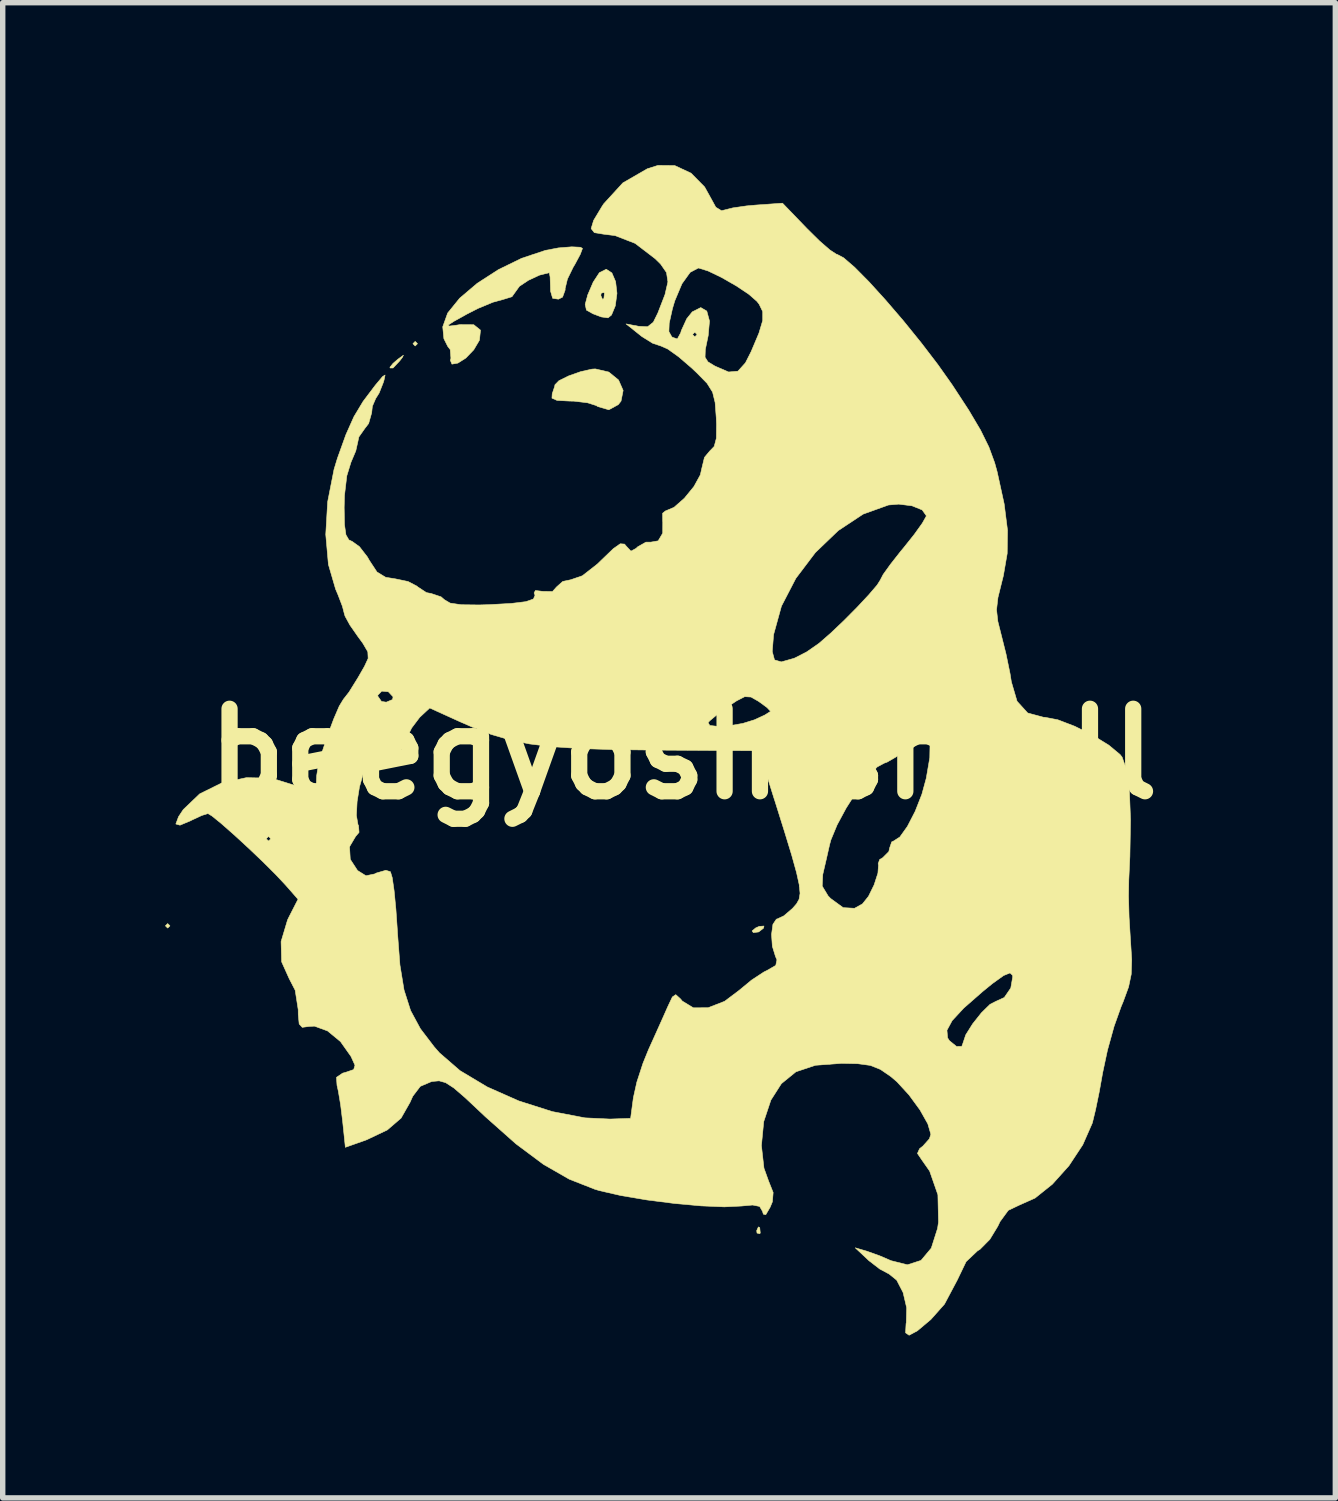
<source format=kicad_pcb>
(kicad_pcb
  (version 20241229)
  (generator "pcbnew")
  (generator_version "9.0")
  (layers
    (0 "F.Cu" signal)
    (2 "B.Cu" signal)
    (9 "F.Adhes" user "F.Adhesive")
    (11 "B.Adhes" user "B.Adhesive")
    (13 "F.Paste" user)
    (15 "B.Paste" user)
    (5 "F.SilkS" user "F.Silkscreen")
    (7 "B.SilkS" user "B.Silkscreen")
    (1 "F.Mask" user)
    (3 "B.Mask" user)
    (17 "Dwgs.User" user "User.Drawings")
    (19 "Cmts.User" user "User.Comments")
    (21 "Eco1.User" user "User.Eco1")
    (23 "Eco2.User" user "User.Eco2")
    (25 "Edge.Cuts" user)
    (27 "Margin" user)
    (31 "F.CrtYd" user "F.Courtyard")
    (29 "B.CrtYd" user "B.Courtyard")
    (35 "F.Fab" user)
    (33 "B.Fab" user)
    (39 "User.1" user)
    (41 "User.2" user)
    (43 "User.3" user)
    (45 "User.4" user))
  (footprint "beegyoshismall"
    (layer "F.Cu")
    (at 9.572 10.876)
    (property "Reference" "beegyoshismall" (at 0 0 0) (layer "F.SilkS") (effects (font (size 1.524 1.524) (thickness 0.3))))
    (attr through_hole)
    (fp_poly (pts (xy -9.483 3.175) (xy -9.525 3.217) (xy -9.567 3.175) (xy -9.525 3.133) (xy -9.483 3.175)) (stroke (width 0.01) (type solid)) (fill yes) (layer "F.SilkS"))
    (fp_poly (pts (xy -4.911 -7.578) (xy -4.953 -7.535) (xy -4.995 -7.578) (xy -4.953 -7.62) (xy -4.911 -7.578)) (stroke (width 0.01) (type solid)) (fill yes) (layer "F.SilkS"))
    (fp_poly (pts (xy 1.411 8.749) (xy 1.421 8.849) (xy 1.411 8.862) (xy 1.361 8.85) (xy 1.355 8.805) (xy 1.386 8.736) (xy 1.411 8.749)) (stroke (width 0.01) (type solid)) (fill yes) (layer "F.SilkS"))
    (fp_poly (pts (xy 1.481 3.218) (xy 1.391 3.288) (xy 1.293 3.3) (xy 1.27 3.269) (xy 1.336 3.214) (xy 1.401 3.185) (xy 1.489 3.179) (xy 1.481 3.218)) (stroke (width 0.01) (type solid)) (fill yes) (layer "F.SilkS"))
    (fp_poly (pts (xy -5.191 -7.322) (xy -5.239 -7.26) (xy -5.362 -7.129) (xy -5.417 -7.129) (xy -5.419 -7.144) (xy -5.361 -7.215) (xy -5.271 -7.292) (xy -5.17 -7.365) (xy -5.191 -7.322)) (stroke (width 0.01) (type solid)) (fill yes) (layer "F.SilkS"))
    (fp_poly (pts (xy -1.377 -7.054) (xy -1.197 -6.907) (xy -1.112 -6.714) (xy -1.151 -6.517) (xy -1.202 -6.452) (xy -1.376 -6.357) (xy -1.579 -6.416) (xy -1.609 -6.435) (xy -1.769 -6.486) (xy -2.017 -6.516) (xy -2.105 -6.518) (xy -2.333 -6.53) (xy -2.427 -6.572) (xy -2.422 -6.653) (xy -2.377 -6.787) (xy -2.371 -6.82) (xy -2.298 -6.894) (xy -2.12 -6.982) (xy -1.897 -7.061) (xy -1.688 -7.108) (xy -1.626 -7.112) (xy -1.377 -7.054)) (stroke (width 0.01) (type solid)) (fill yes) (layer "F.SilkS"))
    (fp_poly (pts (xy -1.32 -8.885) (xy -1.251 -8.724) (xy -1.226 -8.508) (xy -1.257 -8.276) (xy -1.327 -8.107) (xy -1.391 -8.055) (xy -1.515 -8.072) (xy -1.669 -8.13) (xy -1.79 -8.198) (xy -1.813 -8.304) (xy -1.769 -8.467) (xy -1.524 -8.467) (xy -1.493 -8.397) (xy -1.468 -8.41) (xy -1.457 -8.511) (xy -1.468 -8.523) (xy -1.518 -8.511) (xy -1.524 -8.467) (xy -1.769 -8.467) (xy -1.764 -8.484) (xy -1.665 -8.715) (xy -1.553 -8.886) (xy -1.55 -8.89) (xy -1.424 -8.953) (xy -1.32 -8.885)) (stroke (width 0.01) (type solid)) (fill yes) (layer "F.SilkS"))
    (fp_poly (pts (xy -1.899 -9.359) (xy -1.863 -9.337) (xy -1.904 -9.228) (xy -2.004 -9.041) (xy -2.035 -8.99) (xy -2.141 -8.772) (xy -2.184 -8.594) (xy -2.183 -8.57) (xy -2.231 -8.438) (xy -2.307 -8.4) (xy -2.414 -8.416) (xy -2.453 -8.549) (xy -2.455 -8.63) (xy -2.461 -8.811) (xy -2.476 -8.889) (xy -2.477 -8.889) (xy -2.657 -8.844) (xy -2.861 -8.749) (xy -3.027 -8.639) (xy -3.09 -8.551) (xy -3.166 -8.445) (xy -3.319 -8.398) (xy -3.519 -8.343) (xy -3.793 -8.229) (xy -3.997 -8.125) (xy -4.24 -7.99) (xy -4.345 -7.921) (xy -4.322 -7.903) (xy -4.181 -7.921) (xy -4.129 -7.93) (xy -3.871 -7.928) (xy -3.747 -7.828) (xy -3.766 -7.643) (xy -3.871 -7.465) (xy -4.018 -7.312) (xy -4.165 -7.219) (xy -4.274 -7.2) (xy -4.304 -7.271) (xy -4.293 -7.309) (xy -4.306 -7.469) (xy -4.352 -7.528) (xy -4.423 -7.67) (xy -4.444 -7.886) (xy -4.444 -7.89) (xy -4.353 -8.144) (xy -4.131 -8.418) (xy -3.807 -8.693) (xy -3.415 -8.946) (xy -2.985 -9.156) (xy -2.549 -9.301) (xy -2.307 -9.347) (xy -2.06 -9.367) (xy -1.899 -9.359)) (stroke (width 0.01) (type solid)) (fill yes) (layer "F.SilkS"))
    (fp_poly (pts (xy -0.159 -10.868) (xy 0.143 -10.727) (xy 0.393 -10.473) (xy 0.486 -10.306) (xy 0.6 -10.098) (xy 0.705 -10.034) (xy 0.758 -10.047) (xy 0.913 -10.086) (xy 1.169 -10.123) (xy 1.361 -10.14) (xy 1.832 -10.173) (xy 2.287 -9.701) (xy 2.515 -9.476) (xy 2.707 -9.309) (xy 2.826 -9.231) (xy 2.838 -9.229) (xy 2.961 -9.164) (xy 3.166 -8.987) (xy 3.431 -8.719) (xy 3.737 -8.382) (xy 4.064 -8.001) (xy 4.392 -7.596) (xy 4.701 -7.192) (xy 4.967 -6.816) (xy 5.272 -6.349) (xy 5.491 -5.979) (xy 5.644 -5.668) (xy 5.75 -5.379) (xy 5.796 -5.213) (xy 5.926 -4.618) (xy 5.988 -4.13) (xy 5.982 -3.703) (xy 5.911 -3.291) (xy 5.888 -3.2) (xy 5.811 -2.889) (xy 5.785 -2.663) (xy 5.809 -2.448) (xy 5.872 -2.198) (xy 5.96 -1.847) (xy 6.035 -1.482) (xy 6.059 -1.331) (xy 6.164 -0.973) (xy 6.361 -0.756) (xy 6.651 -0.678) (xy 6.678 -0.677) (xy 6.917 -0.631) (xy 7.23 -0.511) (xy 7.562 -0.345) (xy 7.859 -0.162) (xy 8.066 0.01) (xy 8.104 0.058) (xy 8.187 0.291) (xy 8.239 0.68) (xy 8.26 1.219) (xy 8.248 1.896) (xy 8.228 2.328) (xy 8.223 2.626) (xy 8.233 3.012) (xy 8.257 3.408) (xy 8.259 3.438) (xy 8.282 3.803) (xy 8.273 4.069) (xy 8.224 4.304) (xy 8.124 4.577) (xy 8.087 4.665) (xy 7.956 5.032) (xy 7.834 5.472) (xy 7.746 5.884) (xy 7.682 6.242) (xy 7.615 6.568) (xy 7.559 6.799) (xy 7.552 6.823) (xy 7.378 7.219) (xy 7.122 7.607) (xy 6.816 7.948) (xy 6.496 8.204) (xy 6.202 8.335) (xy 6.002 8.43) (xy 5.849 8.639) (xy 5.808 8.725) (xy 5.661 8.967) (xy 5.48 9.15) (xy 5.433 9.179) (xy 5.223 9.378) (xy 5.059 9.719) (xy 4.824 10.162) (xy 4.572 10.446) (xy 4.322 10.656) (xy 4.17 10.737) (xy 4.105 10.692) (xy 4.114 10.522) (xy 4.118 10.506) (xy 4.125 10.23) (xy 4.059 9.948) (xy 3.941 9.72) (xy 3.802 9.607) (xy 3.628 9.514) (xy 3.426 9.358) (xy 3.405 9.338) (xy 3.175 9.122) (xy 3.387 9.184) (xy 3.625 9.269) (xy 3.836 9.36) (xy 4.139 9.436) (xy 4.39 9.355) (xy 4.58 9.128) (xy 4.696 8.763) (xy 4.713 8.648) (xy 4.702 8.143) (xy 4.549 7.704) (xy 4.411 7.507) (xy 4.324 7.379) (xy 4.363 7.292) (xy 4.425 7.243) (xy 4.545 7.109) (xy 4.572 7.025) (xy 4.516 6.833) (xy 4.37 6.574) (xy 4.168 6.298) (xy 3.946 6.056) (xy 3.835 5.961) (xy 3.64 5.827) (xy 3.454 5.753) (xy 3.215 5.721) (xy 2.921 5.715) (xy 2.439 5.751) (xy 2.08 5.871) (xy 1.811 6.09) (xy 1.617 6.394) (xy 1.485 6.79) (xy 1.442 7.233) (xy 1.489 7.651) (xy 1.575 7.89) (xy 1.659 8.101) (xy 1.645 8.272) (xy 1.603 8.373) (xy 1.523 8.51) (xy 1.478 8.501) (xy 1.462 8.448) (xy 1.409 8.358) (xy 1.28 8.332) (xy 1.069 8.351) (xy 0.757 8.366) (xy 0.33 8.348) (xy -0.164 8.303) (xy -0.674 8.238) (xy -1.153 8.157) (xy -1.55 8.066) (xy -1.634 8.041) (xy -2.107 7.855) (xy -2.584 7.581) (xy -3.092 7.202) (xy -3.658 6.7) (xy -3.733 6.629) (xy -4.031 6.349) (xy -4.24 6.169) (xy -4.39 6.072) (xy -4.511 6.038) (xy -4.634 6.049) (xy -4.657 6.054) (xy -4.859 6.14) (xy -4.998 6.323) (xy -5.049 6.437) (xy -5.214 6.727) (xy -5.469 6.946) (xy -5.85 7.127) (xy -5.922 7.153) (xy -6.243 7.266) (xy -6.293 6.787) (xy -6.33 6.485) (xy -6.373 6.228) (xy -6.397 6.121) (xy -6.407 5.974) (xy -6.293 5.896) (xy -6.234 5.88) (xy -6.089 5.83) (xy -6.065 5.75) (xy -6.139 5.587) (xy -6.333 5.313) (xy -6.572 5.116) (xy -6.813 5.028) (xy -6.918 5.034) (xy -7.039 5.05) (xy -7.096 4.988) (xy -7.113 4.81) (xy -7.114 4.722) (xy -7.17 4.364) (xy -7.281 4.149) (xy -7.42 3.84) (xy -7.43 3.465) (xy -7.31 3.064) (xy -7.284 3.011) (xy -7.117 2.684) (xy -7.348 2.421) (xy -7.531 2.226) (xy -7.772 1.986) (xy -8.04 1.731) (xy -8.059 1.714) (xy -6.166 1.714) (xy -6.152 1.947) (xy -6.018 2.153) (xy -5.863 2.25) (xy -5.703 2.217) (xy -5.671 2.2) (xy -5.495 2.149) (xy -5.41 2.176) (xy -5.377 2.286) (xy -5.342 2.529) (xy -5.309 2.871) (xy -5.281 3.277) (xy -5.28 3.306) (xy -5.235 3.897) (xy -5.159 4.361) (xy -5.038 4.74) (xy -4.857 5.076) (xy -4.602 5.41) (xy -4.506 5.52) (xy -4.125 5.85) (xy -3.62 6.152) (xy -3.037 6.41) (xy -2.421 6.606) (xy -1.817 6.722) (xy -1.355 6.744) (xy -0.974 6.731) (xy -0.923 6.35) (xy -0.859 6.062) (xy -0.745 5.712) (xy -0.643 5.461) (xy -0.5 5.144) (xy -0.482 5.104) (xy 4.869 5.104) (xy 4.881 5.244) (xy 4.915 5.297) (xy 5.046 5.403) (xy 5.143 5.402) (xy 5.165 5.342) (xy 5.216 5.189) (xy 5.344 4.985) (xy 5.507 4.78) (xy 5.665 4.625) (xy 5.769 4.572) (xy 5.928 4.499) (xy 6.048 4.324) (xy 6.084 4.117) (xy 6.08 4.088) (xy 6.034 4.045) (xy 5.916 4.093) (xy 5.707 4.243) (xy 5.527 4.39) (xy 5.18 4.694) (xy 4.965 4.926) (xy 4.869 5.104) (xy -0.482 5.104) (xy -0.366 4.845) (xy -0.289 4.671) (xy -0.203 4.489) (xy -0.14 4.446) (xy -0.055 4.522) (xy -0.019 4.565) (xy 0.185 4.689) (xy 0.457 4.688) (xy 0.762 4.569) (xy 1.028 4.369) (xy 1.259 4.178) (xy 1.489 4.027) (xy 1.548 3.998) (xy 1.707 3.906) (xy 1.729 3.803) (xy 1.702 3.741) (xy 1.644 3.553) (xy 1.629 3.334) (xy 1.655 3.146) (xy 1.719 3.051) (xy 1.734 3.048) (xy 1.856 2.991) (xy 2.016 2.854) (xy 2.023 2.846) (xy 2.092 2.767) (xy 2.138 2.684) (xy 2.156 2.575) (xy 2.143 2.441) (xy 2.565 2.441) (xy 2.674 2.622) (xy 2.719 2.669) (xy 2.952 2.839) (xy 3.162 2.851) (xy 3.308 2.77) (xy 3.42 2.63) (xy 3.524 2.418) (xy 3.594 2.202) (xy 3.605 2.048) (xy 3.598 2.031) (xy 3.626 1.95) (xy 3.683 1.917) (xy 3.796 1.803) (xy 3.81 1.738) (xy 3.849 1.624) (xy 3.883 1.609) (xy 3.999 1.534) (xy 4.139 1.338) (xy 4.282 1.061) (xy 4.406 0.745) (xy 4.487 0.449) (xy 4.552 0.069) (xy 4.556 -0.161) (xy 4.492 -0.254) (xy 4.352 -0.223) (xy 4.138 -0.087) (xy 3.923 0.059) (xy 3.762 0.152) (xy 3.713 0.169) (xy 3.581 0.24) (xy 3.403 0.426) (xy 3.204 0.692) (xy 3.008 0.999) (xy 2.84 1.311) (xy 2.725 1.589) (xy 2.701 1.678) (xy 2.637 1.961) (xy 2.577 2.219) (xy 2.575 2.23) (xy 2.565 2.441) (xy 2.143 2.441) (xy 2.141 2.419) (xy 2.091 2.192) (xy 2.002 1.871) (xy 1.869 1.436) (xy 1.689 0.862) (xy 1.681 0.839) (xy 1.399 -0.059) (xy -0.535 -0.071) (xy -1.294 -0.08) (xy -1.912 -0.1) (xy -2.419 -0.133) (xy -2.842 -0.185) (xy -3.209 -0.26) (xy -3.551 -0.361) (xy -3.894 -0.494) (xy -4.088 -0.579) (xy 0.457 -0.579) (xy 0.488 -0.526) (xy 0.637 -0.509) (xy 0.857 -0.522) (xy 1.099 -0.564) (xy 1.315 -0.631) (xy 1.505 -0.719) (xy 1.604 -0.782) (xy 1.609 -0.79) (xy 1.546 -0.857) (xy 1.394 -0.968) (xy 1.39 -0.971) (xy 1.25 -1.051) (xy 1.134 -1.058) (xy 0.984 -0.981) (xy 0.836 -0.882) (xy 0.63 -0.731) (xy 0.488 -0.613) (xy 0.457 -0.579) (xy -4.088 -0.579) (xy -4.119 -0.592) (xy -4.685 -0.849) (xy -4.87 -0.676) (xy -5.018 -0.48) (xy -5.147 -0.219) (xy -5.166 -0.166) (xy -5.259 0.055) (xy -5.37 0.152) (xy -5.496 0.171) (xy -5.711 0.2) (xy -5.835 0.248) (xy -5.915 0.374) (xy -5.982 0.607) (xy -6.026 0.881) (xy -6.039 1.135) (xy -6.01 1.305) (xy -6 1.322) (xy -5.99 1.449) (xy -6.053 1.523) (xy -6.166 1.714) (xy -8.059 1.714) (xy -8.219 1.566) (xy -7.705 1.566) (xy -7.662 1.609) (xy -7.62 1.566) (xy -7.662 1.524) (xy -7.705 1.566) (xy -8.219 1.566) (xy -8.306 1.487) (xy -8.539 1.282) (xy -8.708 1.145) (xy -8.782 1.101) (xy -8.896 1.137) (xy -9.083 1.224) (xy -9.093 1.23) (xy -9.297 1.316) (xy -9.374 1.294) (xy -9.324 1.159) (xy -9.237 1.028) (xy -8.934 0.738) (xy -8.53 0.538) (xy -8.071 0.438) (xy -7.606 0.448) (xy -7.182 0.579) (xy -7.176 0.582) (xy -6.946 0.684) (xy -6.825 0.678) (xy -6.779 0.55) (xy -6.773 0.402) (xy -6.745 0.227) (xy -6.671 -0.04) (xy -6.569 -0.348) (xy -6.458 -0.646) (xy -6.355 -0.885) (xy -6.277 -1.013) (xy -6.274 -1.016) (xy -6.233 -1.068) (xy -5.644 -1.068) (xy -5.576 -0.97) (xy -5.488 -0.956) (xy -5.372 -1.004) (xy -5.361 -1.055) (xy -5.449 -1.149) (xy -5.571 -1.16) (xy -5.643 -1.086) (xy -5.644 -1.068) (xy -6.233 -1.068) (xy -6.174 -1.144) (xy -6.01 -1.408) (xy -5.889 -1.619) (xy -5.822 -1.764) (xy -5.828 -1.886) (xy -5.831 -1.892) (xy 1.642 -1.892) (xy 1.684 -1.736) (xy 1.81 -1.7) (xy 2.04 -1.765) (xy 2.063 -1.774) (xy 2.279 -1.885) (xy 2.506 -2.043) (xy 2.513 -2.049) (xy 2.724 -2.233) (xy 2.967 -2.464) (xy 3.211 -2.71) (xy 3.425 -2.939) (xy 3.579 -3.119) (xy 3.641 -3.217) (xy 3.641 -3.219) (xy 3.691 -3.315) (xy 3.826 -3.503) (xy 4.017 -3.746) (xy 4.064 -3.802) (xy 4.265 -4.054) (xy 4.414 -4.262) (xy 4.485 -4.388) (xy 4.487 -4.401) (xy 4.412 -4.507) (xy 4.224 -4.583) (xy 3.979 -4.614) (xy 3.789 -4.598) (xy 3.322 -4.43) (xy 2.862 -4.126) (xy 2.438 -3.719) (xy 2.078 -3.243) (xy 1.812 -2.73) (xy 1.669 -2.212) (xy 1.666 -2.191) (xy 1.642 -1.892) (xy -5.831 -1.892) (xy -5.921 -2.046) (xy -6.012 -2.17) (xy -6.159 -2.381) (xy -6.249 -2.546) (xy -6.263 -2.594) (xy -6.297 -2.726) (xy -6.38 -2.943) (xy -6.423 -3.044) (xy -6.556 -3.5) (xy -6.605 -4.054) (xy -6.57 -4.656) (xy -6.452 -5.256) (xy -6.39 -5.46) (xy -6.233 -5.897) (xy -6.085 -6.229) (xy -5.915 -6.512) (xy -5.693 -6.806) (xy -5.685 -6.816) (xy -5.555 -6.971) (xy -5.509 -6.999) (xy -5.528 -6.907) (xy -5.543 -6.858) (xy -5.619 -6.666) (xy -5.682 -6.566) (xy -5.744 -6.422) (xy -5.757 -6.301) (xy -5.813 -6.103) (xy -5.884 -6.011) (xy -5.993 -5.856) (xy -6.012 -5.768) (xy -6.05 -5.598) (xy -6.139 -5.388) (xy -6.216 -5.138) (xy -6.259 -4.775) (xy -6.265 -4.554) (xy -6.259 -4.235) (xy -6.232 -4.047) (xy -6.178 -3.954) (xy -6.115 -3.924) (xy -5.983 -3.829) (xy -5.836 -3.639) (xy -5.798 -3.572) (xy -5.659 -3.361) (xy -5.499 -3.263) (xy -5.319 -3.234) (xy -5.085 -3.185) (xy -4.92 -3.099) (xy -4.907 -3.086) (xy -4.745 -2.98) (xy -4.657 -2.963) (xy -4.475 -2.902) (xy -4.411 -2.847) (xy -4.307 -2.786) (xy -4.103 -2.756) (xy -3.771 -2.752) (xy -3.596 -2.757) (xy -3.178 -2.78) (xy -2.908 -2.813) (xy -2.769 -2.862) (xy -2.739 -2.932) (xy -2.757 -2.973) (xy -2.732 -3.019) (xy -2.601 -3.003) (xy -2.417 -3) (xy -2.342 -3.084) (xy -2.228 -3.186) (xy -2.081 -3.217) (xy -1.865 -3.291) (xy -1.589 -3.507) (xy -1.502 -3.591) (xy -1.293 -3.792) (xy -1.165 -3.882) (xy -1.086 -3.876) (xy -1.05 -3.833) (xy -0.968 -3.746) (xy -0.873 -3.797) (xy -0.843 -3.826) (xy -0.691 -3.912) (xy -0.603 -3.912) (xy -0.465 -3.936) (xy -0.381 -4.078) (xy -0.38 -4.287) (xy -0.382 -4.297) (xy -0.383 -4.446) (xy -0.333 -4.487) (xy -0.172 -4.555) (xy 0.019 -4.723) (xy 0.196 -4.94) (xy 0.314 -5.155) (xy 0.339 -5.267) (xy 0.39 -5.478) (xy 0.487 -5.594) (xy 0.57 -5.68) (xy 0.61 -5.831) (xy 0.613 -6.09) (xy 0.608 -6.209) (xy 0.587 -6.491) (xy 0.54 -6.683) (xy 0.438 -6.846) (xy 0.25 -7.038) (xy 0.149 -7.133) (xy -0.086 -7.335) (xy -0.289 -7.48) (xy -0.416 -7.536) (xy -0.417 -7.536) (xy -0.567 -7.586) (xy -0.766 -7.71) (xy -0.804 -7.74) (xy -0.88 -7.801) (xy -0.267 -7.801) (xy -0.216 -7.709) (xy -0.203 -7.697) (xy -0.111 -7.665) (xy -0.066 -7.747) (xy 0.169 -7.747) (xy 0.212 -7.705) (xy 0.254 -7.747) (xy 0.212 -7.789) (xy 0.169 -7.747) (xy -0.066 -7.747) (xy -0.049 -7.777) (xy -0.038 -7.818) (xy 0.063 -8.039) (xy 0.165 -8.166) (xy 0.322 -8.245) (xy 0.433 -8.18) (xy 0.483 -7.996) (xy 0.459 -7.727) (xy 0.406 -7.47) (xy 0.401 -7.327) (xy 0.454 -7.243) (xy 0.579 -7.167) (xy 0.593 -7.16) (xy 0.836 -7.055) (xy 1.008 -7.07) (xy 1.147 -7.224) (xy 1.251 -7.429) (xy 1.396 -7.772) (xy 1.466 -8.006) (xy 1.466 -8.171) (xy 1.4 -8.307) (xy 1.359 -8.36) (xy 1.209 -8.491) (xy 0.973 -8.648) (xy 0.704 -8.802) (xy 0.457 -8.921) (xy 0.287 -8.974) (xy 0.276 -8.975) (xy 0.126 -8.896) (xy -0.026 -8.684) (xy -0.158 -8.37) (xy -0.201 -8.226) (xy -0.261 -7.957) (xy -0.267 -7.801) (xy -0.88 -7.801) (xy -1.058 -7.943) (xy -0.825 -7.899) (xy -0.66 -7.891) (xy -0.555 -7.974) (xy -0.471 -8.144) (xy -0.339 -8.485) (xy -0.285 -8.719) (xy -0.311 -8.892) (xy -0.42 -9.049) (xy -0.521 -9.148) (xy -0.891 -9.431) (xy -1.26 -9.574) (xy -1.482 -9.602) (xy -1.644 -9.629) (xy -1.703 -9.704) (xy -1.657 -9.856) (xy -1.505 -10.109) (xy -1.471 -10.161) (xy -1.117 -10.548) (xy -0.665 -10.809) (xy -0.469 -10.871) (xy -0.159 -10.868)) (stroke (width 0.01) (type solid)) (fill yes) (layer "F.SilkS")))
  (gr_rect
    (start -3 -3)
    (end 21.615 24.618)
    (stroke (width 0.1) (type default))
    (fill no)
    (layer "Edge.Cuts")))
</source>
